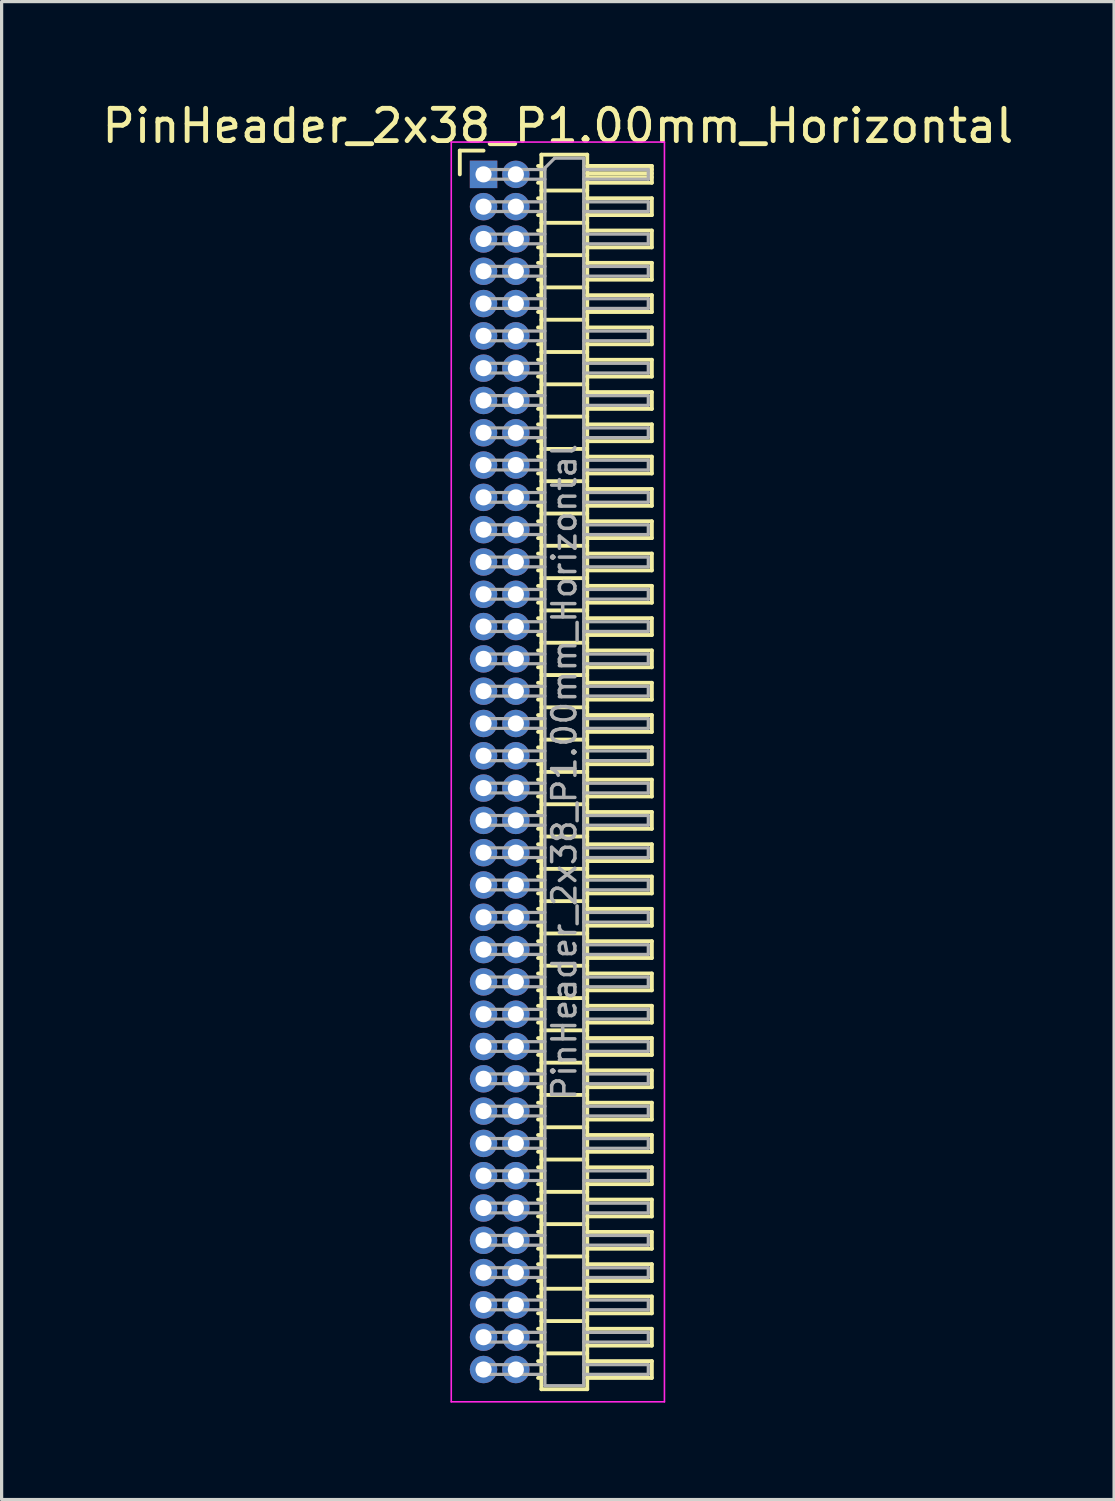
<source format=kicad_pcb>
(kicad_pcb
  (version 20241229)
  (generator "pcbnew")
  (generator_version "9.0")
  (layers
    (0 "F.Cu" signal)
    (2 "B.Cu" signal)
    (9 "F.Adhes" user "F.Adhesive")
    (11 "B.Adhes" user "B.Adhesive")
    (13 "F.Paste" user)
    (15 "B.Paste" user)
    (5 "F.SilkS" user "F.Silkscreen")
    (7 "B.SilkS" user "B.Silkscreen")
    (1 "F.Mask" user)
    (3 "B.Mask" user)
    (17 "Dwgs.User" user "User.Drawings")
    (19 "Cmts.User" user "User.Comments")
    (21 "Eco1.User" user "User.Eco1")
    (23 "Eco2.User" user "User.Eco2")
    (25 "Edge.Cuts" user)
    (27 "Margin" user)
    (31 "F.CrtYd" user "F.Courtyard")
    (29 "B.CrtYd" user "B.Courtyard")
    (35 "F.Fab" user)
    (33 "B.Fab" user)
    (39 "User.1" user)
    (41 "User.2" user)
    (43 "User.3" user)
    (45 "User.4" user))
  (footprint "PinHeader_2x38_P1.00mm_Horizontal"
    (layer "F.Cu")
    (at 11.92 2.348)
    (property "Reference" "PinHeader_2x38_P1.00mm_Horizontal" (at 2.3 -1.5 0) (layer "F.SilkS") (effects (font (size 1 1) (thickness 0.15))))
    (attr through_hole)
    (fp_line (start -0.735 -0.735) (end 0 -0.735) (stroke (width 0.12) (type solid)) (layer "F.SilkS"))
    (fp_line (start -0.735 0) (end -0.735 -0.735) (stroke (width 0.12) (type solid)) (layer "F.SilkS"))
    (fp_line (start 1.687 -0.26) (end 1.79 -0.26) (stroke (width 0.12) (type solid)) (layer "F.SilkS"))
    (fp_line (start 1.687 0.26) (end 1.79 0.26) (stroke (width 0.12) (type solid)) (layer "F.SilkS"))
    (fp_line (start 1.687 0.74) (end 1.79 0.74) (stroke (width 0.12) (type solid)) (layer "F.SilkS"))
    (fp_line (start 1.687 1.26) (end 1.79 1.26) (stroke (width 0.12) (type solid)) (layer "F.SilkS"))
    (fp_line (start 1.687 1.74) (end 1.79 1.74) (stroke (width 0.12) (type solid)) (layer "F.SilkS"))
    (fp_line (start 1.687 2.26) (end 1.79 2.26) (stroke (width 0.12) (type solid)) (layer "F.SilkS"))
    (fp_line (start 1.687 2.74) (end 1.79 2.74) (stroke (width 0.12) (type solid)) (layer "F.SilkS"))
    (fp_line (start 1.687 3.26) (end 1.79 3.26) (stroke (width 0.12) (type solid)) (layer "F.SilkS"))
    (fp_line (start 1.687 3.74) (end 1.79 3.74) (stroke (width 0.12) (type solid)) (layer "F.SilkS"))
    (fp_line (start 1.687 4.26) (end 1.79 4.26) (stroke (width 0.12) (type solid)) (layer "F.SilkS"))
    (fp_line (start 1.687 4.74) (end 1.79 4.74) (stroke (width 0.12) (type solid)) (layer "F.SilkS"))
    (fp_line (start 1.687 5.26) (end 1.79 5.26) (stroke (width 0.12) (type solid)) (layer "F.SilkS"))
    (fp_line (start 1.687 5.74) (end 1.79 5.74) (stroke (width 0.12) (type solid)) (layer "F.SilkS"))
    (fp_line (start 1.687 6.26) (end 1.79 6.26) (stroke (width 0.12) (type solid)) (layer "F.SilkS"))
    (fp_line (start 1.687 6.74) (end 1.79 6.74) (stroke (width 0.12) (type solid)) (layer "F.SilkS"))
    (fp_line (start 1.687 7.26) (end 1.79 7.26) (stroke (width 0.12) (type solid)) (layer "F.SilkS"))
    (fp_line (start 1.687 7.74) (end 1.79 7.74) (stroke (width 0.12) (type solid)) (layer "F.SilkS"))
    (fp_line (start 1.687 8.26) (end 1.79 8.26) (stroke (width 0.12) (type solid)) (layer "F.SilkS"))
    (fp_line (start 1.687 8.74) (end 1.79 8.74) (stroke (width 0.12) (type solid)) (layer "F.SilkS"))
    (fp_line (start 1.687 9.26) (end 1.79 9.26) (stroke (width 0.12) (type solid)) (layer "F.SilkS"))
    (fp_line (start 1.687 9.74) (end 1.79 9.74) (stroke (width 0.12) (type solid)) (layer "F.SilkS"))
    (fp_line (start 1.687 10.26) (end 1.79 10.26) (stroke (width 0.12) (type solid)) (layer "F.SilkS"))
    (fp_line (start 1.687 10.74) (end 1.79 10.74) (stroke (width 0.12) (type solid)) (layer "F.SilkS"))
    (fp_line (start 1.687 11.26) (end 1.79 11.26) (stroke (width 0.12) (type solid)) (layer "F.SilkS"))
    (fp_line (start 1.687 11.74) (end 1.79 11.74) (stroke (width 0.12) (type solid)) (layer "F.SilkS"))
    (fp_line (start 1.687 12.26) (end 1.79 12.26) (stroke (width 0.12) (type solid)) (layer "F.SilkS"))
    (fp_line (start 1.687 12.74) (end 1.79 12.74) (stroke (width 0.12) (type solid)) (layer "F.SilkS"))
    (fp_line (start 1.687 13.26) (end 1.79 13.26) (stroke (width 0.12) (type solid)) (layer "F.SilkS"))
    (fp_line (start 1.687 13.74) (end 1.79 13.74) (stroke (width 0.12) (type solid)) (layer "F.SilkS"))
    (fp_line (start 1.687 14.26) (end 1.79 14.26) (stroke (width 0.12) (type solid)) (layer "F.SilkS"))
    (fp_line (start 1.687 14.74) (end 1.79 14.74) (stroke (width 0.12) (type solid)) (layer "F.SilkS"))
    (fp_line (start 1.687 15.26) (end 1.79 15.26) (stroke (width 0.12) (type solid)) (layer "F.SilkS"))
    (fp_line (start 1.687 15.74) (end 1.79 15.74) (stroke (width 0.12) (type solid)) (layer "F.SilkS"))
    (fp_line (start 1.687 16.26) (end 1.79 16.26) (stroke (width 0.12) (type solid)) (layer "F.SilkS"))
    (fp_line (start 1.687 16.74) (end 1.79 16.74) (stroke (width 0.12) (type solid)) (layer "F.SilkS"))
    (fp_line (start 1.687 17.26) (end 1.79 17.26) (stroke (width 0.12) (type solid)) (layer "F.SilkS"))
    (fp_line (start 1.687 17.74) (end 1.79 17.74) (stroke (width 0.12) (type solid)) (layer "F.SilkS"))
    (fp_line (start 1.687 18.26) (end 1.79 18.26) (stroke (width 0.12) (type solid)) (layer "F.SilkS"))
    (fp_line (start 1.687 18.74) (end 1.79 18.74) (stroke (width 0.12) (type solid)) (layer "F.SilkS"))
    (fp_line (start 1.687 19.26) (end 1.79 19.26) (stroke (width 0.12) (type solid)) (layer "F.SilkS"))
    (fp_line (start 1.687 19.74) (end 1.79 19.74) (stroke (width 0.12) (type solid)) (layer "F.SilkS"))
    (fp_line (start 1.687 20.26) (end 1.79 20.26) (stroke (width 0.12) (type solid)) (layer "F.SilkS"))
    (fp_line (start 1.687 20.74) (end 1.79 20.74) (stroke (width 0.12) (type solid)) (layer "F.SilkS"))
    (fp_line (start 1.687 21.26) (end 1.79 21.26) (stroke (width 0.12) (type solid)) (layer "F.SilkS"))
    (fp_line (start 1.687 21.74) (end 1.79 21.74) (stroke (width 0.12) (type solid)) (layer "F.SilkS"))
    (fp_line (start 1.687 22.26) (end 1.79 22.26) (stroke (width 0.12) (type solid)) (layer "F.SilkS"))
    (fp_line (start 1.687 22.74) (end 1.79 22.74) (stroke (width 0.12) (type solid)) (layer "F.SilkS"))
    (fp_line (start 1.687 23.26) (end 1.79 23.26) (stroke (width 0.12) (type solid)) (layer "F.SilkS"))
    (fp_line (start 1.687 23.74) (end 1.79 23.74) (stroke (width 0.12) (type solid)) (layer "F.SilkS"))
    (fp_line (start 1.687 24.26) (end 1.79 24.26) (stroke (width 0.12) (type solid)) (layer "F.SilkS"))
    (fp_line (start 1.687 24.74) (end 1.79 24.74) (stroke (width 0.12) (type solid)) (layer "F.SilkS"))
    (fp_line (start 1.687 25.26) (end 1.79 25.26) (stroke (width 0.12) (type solid)) (layer "F.SilkS"))
    (fp_line (start 1.687 25.74) (end 1.79 25.74) (stroke (width 0.12) (type solid)) (layer "F.SilkS"))
    (fp_line (start 1.687 26.26) (end 1.79 26.26) (stroke (width 0.12) (type solid)) (layer "F.SilkS"))
    (fp_line (start 1.687 26.74) (end 1.79 26.74) (stroke (width 0.12) (type solid)) (layer "F.SilkS"))
    (fp_line (start 1.687 27.26) (end 1.79 27.26) (stroke (width 0.12) (type solid)) (layer "F.SilkS"))
    (fp_line (start 1.687 27.74) (end 1.79 27.74) (stroke (width 0.12) (type solid)) (layer "F.SilkS"))
    (fp_line (start 1.687 28.26) (end 1.79 28.26) (stroke (width 0.12) (type solid)) (layer "F.SilkS"))
    (fp_line (start 1.687 28.74) (end 1.79 28.74) (stroke (width 0.12) (type solid)) (layer "F.SilkS"))
    (fp_line (start 1.687 29.26) (end 1.79 29.26) (stroke (width 0.12) (type solid)) (layer "F.SilkS"))
    (fp_line (start 1.687 29.74) (end 1.79 29.74) (stroke (width 0.12) (type solid)) (layer "F.SilkS"))
    (fp_line (start 1.687 30.26) (end 1.79 30.26) (stroke (width 0.12) (type solid)) (layer "F.SilkS"))
    (fp_line (start 1.687 30.74) (end 1.79 30.74) (stroke (width 0.12) (type solid)) (layer "F.SilkS"))
    (fp_line (start 1.687 31.26) (end 1.79 31.26) (stroke (width 0.12) (type solid)) (layer "F.SilkS"))
    (fp_line (start 1.687 31.74) (end 1.79 31.74) (stroke (width 0.12) (type solid)) (layer "F.SilkS"))
    (fp_line (start 1.687 32.26) (end 1.79 32.26) (stroke (width 0.12) (type solid)) (layer "F.SilkS"))
    (fp_line (start 1.687 32.74) (end 1.79 32.74) (stroke (width 0.12) (type solid)) (layer "F.SilkS"))
    (fp_line (start 1.687 33.26) (end 1.79 33.26) (stroke (width 0.12) (type solid)) (layer "F.SilkS"))
    (fp_line (start 1.687 33.74) (end 1.79 33.74) (stroke (width 0.12) (type solid)) (layer "F.SilkS"))
    (fp_line (start 1.687 34.26) (end 1.79 34.26) (stroke (width 0.12) (type solid)) (layer "F.SilkS"))
    (fp_line (start 1.687 34.74) (end 1.79 34.74) (stroke (width 0.12) (type solid)) (layer "F.SilkS"))
    (fp_line (start 1.687 35.26) (end 1.79 35.26) (stroke (width 0.12) (type solid)) (layer "F.SilkS"))
    (fp_line (start 1.687 35.74) (end 1.79 35.74) (stroke (width 0.12) (type solid)) (layer "F.SilkS"))
    (fp_line (start 1.687 36.26) (end 1.79 36.26) (stroke (width 0.12) (type solid)) (layer "F.SilkS"))
    (fp_line (start 1.687 36.74) (end 1.79 36.74) (stroke (width 0.12) (type solid)) (layer "F.SilkS"))
    (fp_line (start 1.687 37.26) (end 1.79 37.26) (stroke (width 0.12) (type solid)) (layer "F.SilkS"))
    (fp_line (start 1.79 -0.61) (end 1.79 37.61) (stroke (width 0.12) (type solid)) (layer "F.SilkS"))
    (fp_line (start 1.79 0.5) (end 3.21 0.5) (stroke (width 0.12) (type solid)) (layer "F.SilkS"))
    (fp_line (start 1.79 1.5) (end 3.21 1.5) (stroke (width 0.12) (type solid)) (layer "F.SilkS"))
    (fp_line (start 1.79 2.5) (end 3.21 2.5) (stroke (width 0.12) (type solid)) (layer "F.SilkS"))
    (fp_line (start 1.79 3.5) (end 3.21 3.5) (stroke (width 0.12) (type solid)) (layer "F.SilkS"))
    (fp_line (start 1.79 4.5) (end 3.21 4.5) (stroke (width 0.12) (type solid)) (layer "F.SilkS"))
    (fp_line (start 1.79 5.5) (end 3.21 5.5) (stroke (width 0.12) (type solid)) (layer "F.SilkS"))
    (fp_line (start 1.79 6.5) (end 3.21 6.5) (stroke (width 0.12) (type solid)) (layer "F.SilkS"))
    (fp_line (start 1.79 7.5) (end 3.21 7.5) (stroke (width 0.12) (type solid)) (layer "F.SilkS"))
    (fp_line (start 1.79 8.5) (end 3.21 8.5) (stroke (width 0.12) (type solid)) (layer "F.SilkS"))
    (fp_line (start 1.79 9.5) (end 3.21 9.5) (stroke (width 0.12) (type solid)) (layer "F.SilkS"))
    (fp_line (start 1.79 10.5) (end 3.21 10.5) (stroke (width 0.12) (type solid)) (layer "F.SilkS"))
    (fp_line (start 1.79 11.5) (end 3.21 11.5) (stroke (width 0.12) (type solid)) (layer "F.SilkS"))
    (fp_line (start 1.79 12.5) (end 3.21 12.5) (stroke (width 0.12) (type solid)) (layer "F.SilkS"))
    (fp_line (start 1.79 13.5) (end 3.21 13.5) (stroke (width 0.12) (type solid)) (layer "F.SilkS"))
    (fp_line (start 1.79 14.5) (end 3.21 14.5) (stroke (width 0.12) (type solid)) (layer "F.SilkS"))
    (fp_line (start 1.79 15.5) (end 3.21 15.5) (stroke (width 0.12) (type solid)) (layer "F.SilkS"))
    (fp_line (start 1.79 16.5) (end 3.21 16.5) (stroke (width 0.12) (type solid)) (layer "F.SilkS"))
    (fp_line (start 1.79 17.5) (end 3.21 17.5) (stroke (width 0.12) (type solid)) (layer "F.SilkS"))
    (fp_line (start 1.79 18.5) (end 3.21 18.5) (stroke (width 0.12) (type solid)) (layer "F.SilkS"))
    (fp_line (start 1.79 19.5) (end 3.21 19.5) (stroke (width 0.12) (type solid)) (layer "F.SilkS"))
    (fp_line (start 1.79 20.5) (end 3.21 20.5) (stroke (width 0.12) (type solid)) (layer "F.SilkS"))
    (fp_line (start 1.79 21.5) (end 3.21 21.5) (stroke (width 0.12) (type solid)) (layer "F.SilkS"))
    (fp_line (start 1.79 22.5) (end 3.21 22.5) (stroke (width 0.12) (type solid)) (layer "F.SilkS"))
    (fp_line (start 1.79 23.5) (end 3.21 23.5) (stroke (width 0.12) (type solid)) (layer "F.SilkS"))
    (fp_line (start 1.79 24.5) (end 3.21 24.5) (stroke (width 0.12) (type solid)) (layer "F.SilkS"))
    (fp_line (start 1.79 25.5) (end 3.21 25.5) (stroke (width 0.12) (type solid)) (layer "F.SilkS"))
    (fp_line (start 1.79 26.5) (end 3.21 26.5) (stroke (width 0.12) (type solid)) (layer "F.SilkS"))
    (fp_line (start 1.79 27.5) (end 3.21 27.5) (stroke (width 0.12) (type solid)) (layer "F.SilkS"))
    (fp_line (start 1.79 28.5) (end 3.21 28.5) (stroke (width 0.12) (type solid)) (layer "F.SilkS"))
    (fp_line (start 1.79 29.5) (end 3.21 29.5) (stroke (width 0.12) (type solid)) (layer "F.SilkS"))
    (fp_line (start 1.79 30.5) (end 3.21 30.5) (stroke (width 0.12) (type solid)) (layer "F.SilkS"))
    (fp_line (start 1.79 31.5) (end 3.21 31.5) (stroke (width 0.12) (type solid)) (layer "F.SilkS"))
    (fp_line (start 1.79 32.5) (end 3.21 32.5) (stroke (width 0.12) (type solid)) (layer "F.SilkS"))
    (fp_line (start 1.79 33.5) (end 3.21 33.5) (stroke (width 0.12) (type solid)) (layer "F.SilkS"))
    (fp_line (start 1.79 34.5) (end 3.21 34.5) (stroke (width 0.12) (type solid)) (layer "F.SilkS"))
    (fp_line (start 1.79 35.5) (end 3.21 35.5) (stroke (width 0.12) (type solid)) (layer "F.SilkS"))
    (fp_line (start 1.79 36.5) (end 3.21 36.5) (stroke (width 0.12) (type solid)) (layer "F.SilkS"))
    (fp_line (start 1.79 37.61) (end 3.21 37.61) (stroke (width 0.12) (type solid)) (layer "F.SilkS"))
    (fp_line (start 3.21 -0.61) (end 1.79 -0.61) (stroke (width 0.12) (type solid)) (layer "F.SilkS"))
    (fp_line (start 3.21 -0.26) (end 5.21 -0.26) (stroke (width 0.12) (type solid)) (layer "F.SilkS"))
    (fp_line (start 3.21 -0.15) (end 5.21 -0.15) (stroke (width 0.12) (type solid)) (layer "F.SilkS"))
    (fp_line (start 3.21 -0.03) (end 5.21 -0.03) (stroke (width 0.12) (type solid)) (layer "F.SilkS"))
    (fp_line (start 3.21 0.09) (end 5.21 0.09) (stroke (width 0.12) (type solid)) (layer "F.SilkS"))
    (fp_line (start 3.21 0.74) (end 5.21 0.74) (stroke (width 0.12) (type solid)) (layer "F.SilkS"))
    (fp_line (start 3.21 1.74) (end 5.21 1.74) (stroke (width 0.12) (type solid)) (layer "F.SilkS"))
    (fp_line (start 3.21 2.74) (end 5.21 2.74) (stroke (width 0.12) (type solid)) (layer "F.SilkS"))
    (fp_line (start 3.21 3.74) (end 5.21 3.74) (stroke (width 0.12) (type solid)) (layer "F.SilkS"))
    (fp_line (start 3.21 4.74) (end 5.21 4.74) (stroke (width 0.12) (type solid)) (layer "F.SilkS"))
    (fp_line (start 3.21 5.74) (end 5.21 5.74) (stroke (width 0.12) (type solid)) (layer "F.SilkS"))
    (fp_line (start 3.21 6.74) (end 5.21 6.74) (stroke (width 0.12) (type solid)) (layer "F.SilkS"))
    (fp_line (start 3.21 7.74) (end 5.21 7.74) (stroke (width 0.12) (type solid)) (layer "F.SilkS"))
    (fp_line (start 3.21 8.74) (end 5.21 8.74) (stroke (width 0.12) (type solid)) (layer "F.SilkS"))
    (fp_line (start 3.21 9.74) (end 5.21 9.74) (stroke (width 0.12) (type solid)) (layer "F.SilkS"))
    (fp_line (start 3.21 10.74) (end 5.21 10.74) (stroke (width 0.12) (type solid)) (layer "F.SilkS"))
    (fp_line (start 3.21 11.74) (end 5.21 11.74) (stroke (width 0.12) (type solid)) (layer "F.SilkS"))
    (fp_line (start 3.21 12.74) (end 5.21 12.74) (stroke (width 0.12) (type solid)) (layer "F.SilkS"))
    (fp_line (start 3.21 13.74) (end 5.21 13.74) (stroke (width 0.12) (type solid)) (layer "F.SilkS"))
    (fp_line (start 3.21 14.74) (end 5.21 14.74) (stroke (width 0.12) (type solid)) (layer "F.SilkS"))
    (fp_line (start 3.21 15.74) (end 5.21 15.74) (stroke (width 0.12) (type solid)) (layer "F.SilkS"))
    (fp_line (start 3.21 16.74) (end 5.21 16.74) (stroke (width 0.12) (type solid)) (layer "F.SilkS"))
    (fp_line (start 3.21 17.74) (end 5.21 17.74) (stroke (width 0.12) (type solid)) (layer "F.SilkS"))
    (fp_line (start 3.21 18.74) (end 5.21 18.74) (stroke (width 0.12) (type solid)) (layer "F.SilkS"))
    (fp_line (start 3.21 19.74) (end 5.21 19.74) (stroke (width 0.12) (type solid)) (layer "F.SilkS"))
    (fp_line (start 3.21 20.74) (end 5.21 20.74) (stroke (width 0.12) (type solid)) (layer "F.SilkS"))
    (fp_line (start 3.21 21.74) (end 5.21 21.74) (stroke (width 0.12) (type solid)) (layer "F.SilkS"))
    (fp_line (start 3.21 22.74) (end 5.21 22.74) (stroke (width 0.12) (type solid)) (layer "F.SilkS"))
    (fp_line (start 3.21 23.74) (end 5.21 23.74) (stroke (width 0.12) (type solid)) (layer "F.SilkS"))
    (fp_line (start 3.21 24.74) (end 5.21 24.74) (stroke (width 0.12) (type solid)) (layer "F.SilkS"))
    (fp_line (start 3.21 25.74) (end 5.21 25.74) (stroke (width 0.12) (type solid)) (layer "F.SilkS"))
    (fp_line (start 3.21 26.74) (end 5.21 26.74) (stroke (width 0.12) (type solid)) (layer "F.SilkS"))
    (fp_line (start 3.21 27.74) (end 5.21 27.74) (stroke (width 0.12) (type solid)) (layer "F.SilkS"))
    (fp_line (start 3.21 28.74) (end 5.21 28.74) (stroke (width 0.12) (type solid)) (layer "F.SilkS"))
    (fp_line (start 3.21 29.74) (end 5.21 29.74) (stroke (width 0.12) (type solid)) (layer "F.SilkS"))
    (fp_line (start 3.21 30.74) (end 5.21 30.74) (stroke (width 0.12) (type solid)) (layer "F.SilkS"))
    (fp_line (start 3.21 31.74) (end 5.21 31.74) (stroke (width 0.12) (type solid)) (layer "F.SilkS"))
    (fp_line (start 3.21 32.74) (end 5.21 32.74) (stroke (width 0.12) (type solid)) (layer "F.SilkS"))
    (fp_line (start 3.21 33.74) (end 5.21 33.74) (stroke (width 0.12) (type solid)) (layer "F.SilkS"))
    (fp_line (start 3.21 34.74) (end 5.21 34.74) (stroke (width 0.12) (type solid)) (layer "F.SilkS"))
    (fp_line (start 3.21 35.74) (end 5.21 35.74) (stroke (width 0.12) (type solid)) (layer "F.SilkS"))
    (fp_line (start 3.21 36.74) (end 5.21 36.74) (stroke (width 0.12) (type solid)) (layer "F.SilkS"))
    (fp_line (start 3.21 37.61) (end 3.21 -0.61) (stroke (width 0.12) (type solid)) (layer "F.SilkS"))
    (fp_line (start 5.21 -0.26) (end 5.21 0.26) (stroke (width 0.12) (type solid)) (layer "F.SilkS"))
    (fp_line (start 5.21 0.26) (end 3.21 0.26) (stroke (width 0.12) (type solid)) (layer "F.SilkS"))
    (fp_line (start 5.21 0.74) (end 5.21 1.26) (stroke (width 0.12) (type solid)) (layer "F.SilkS"))
    (fp_line (start 5.21 1.26) (end 3.21 1.26) (stroke (width 0.12) (type solid)) (layer "F.SilkS"))
    (fp_line (start 5.21 1.74) (end 5.21 2.26) (stroke (width 0.12) (type solid)) (layer "F.SilkS"))
    (fp_line (start 5.21 2.26) (end 3.21 2.26) (stroke (width 0.12) (type solid)) (layer "F.SilkS"))
    (fp_line (start 5.21 2.74) (end 5.21 3.26) (stroke (width 0.12) (type solid)) (layer "F.SilkS"))
    (fp_line (start 5.21 3.26) (end 3.21 3.26) (stroke (width 0.12) (type solid)) (layer "F.SilkS"))
    (fp_line (start 5.21 3.74) (end 5.21 4.26) (stroke (width 0.12) (type solid)) (layer "F.SilkS"))
    (fp_line (start 5.21 4.26) (end 3.21 4.26) (stroke (width 0.12) (type solid)) (layer "F.SilkS"))
    (fp_line (start 5.21 4.74) (end 5.21 5.26) (stroke (width 0.12) (type solid)) (layer "F.SilkS"))
    (fp_line (start 5.21 5.26) (end 3.21 5.26) (stroke (width 0.12) (type solid)) (layer "F.SilkS"))
    (fp_line (start 5.21 5.74) (end 5.21 6.26) (stroke (width 0.12) (type solid)) (layer "F.SilkS"))
    (fp_line (start 5.21 6.26) (end 3.21 6.26) (stroke (width 0.12) (type solid)) (layer "F.SilkS"))
    (fp_line (start 5.21 6.74) (end 5.21 7.26) (stroke (width 0.12) (type solid)) (layer "F.SilkS"))
    (fp_line (start 5.21 7.26) (end 3.21 7.26) (stroke (width 0.12) (type solid)) (layer "F.SilkS"))
    (fp_line (start 5.21 7.74) (end 5.21 8.26) (stroke (width 0.12) (type solid)) (layer "F.SilkS"))
    (fp_line (start 5.21 8.26) (end 3.21 8.26) (stroke (width 0.12) (type solid)) (layer "F.SilkS"))
    (fp_line (start 5.21 8.74) (end 5.21 9.26) (stroke (width 0.12) (type solid)) (layer "F.SilkS"))
    (fp_line (start 5.21 9.26) (end 3.21 9.26) (stroke (width 0.12) (type solid)) (layer "F.SilkS"))
    (fp_line (start 5.21 9.74) (end 5.21 10.26) (stroke (width 0.12) (type solid)) (layer "F.SilkS"))
    (fp_line (start 5.21 10.26) (end 3.21 10.26) (stroke (width 0.12) (type solid)) (layer "F.SilkS"))
    (fp_line (start 5.21 10.74) (end 5.21 11.26) (stroke (width 0.12) (type solid)) (layer "F.SilkS"))
    (fp_line (start 5.21 11.26) (end 3.21 11.26) (stroke (width 0.12) (type solid)) (layer "F.SilkS"))
    (fp_line (start 5.21 11.74) (end 5.21 12.26) (stroke (width 0.12) (type solid)) (layer "F.SilkS"))
    (fp_line (start 5.21 12.26) (end 3.21 12.26) (stroke (width 0.12) (type solid)) (layer "F.SilkS"))
    (fp_line (start 5.21 12.74) (end 5.21 13.26) (stroke (width 0.12) (type solid)) (layer "F.SilkS"))
    (fp_line (start 5.21 13.26) (end 3.21 13.26) (stroke (width 0.12) (type solid)) (layer "F.SilkS"))
    (fp_line (start 5.21 13.74) (end 5.21 14.26) (stroke (width 0.12) (type solid)) (layer "F.SilkS"))
    (fp_line (start 5.21 14.26) (end 3.21 14.26) (stroke (width 0.12) (type solid)) (layer "F.SilkS"))
    (fp_line (start 5.21 14.74) (end 5.21 15.26) (stroke (width 0.12) (type solid)) (layer "F.SilkS"))
    (fp_line (start 5.21 15.26) (end 3.21 15.26) (stroke (width 0.12) (type solid)) (layer "F.SilkS"))
    (fp_line (start 5.21 15.74) (end 5.21 16.26) (stroke (width 0.12) (type solid)) (layer "F.SilkS"))
    (fp_line (start 5.21 16.26) (end 3.21 16.26) (stroke (width 0.12) (type solid)) (layer "F.SilkS"))
    (fp_line (start 5.21 16.74) (end 5.21 17.26) (stroke (width 0.12) (type solid)) (layer "F.SilkS"))
    (fp_line (start 5.21 17.26) (end 3.21 17.26) (stroke (width 0.12) (type solid)) (layer "F.SilkS"))
    (fp_line (start 5.21 17.74) (end 5.21 18.26) (stroke (width 0.12) (type solid)) (layer "F.SilkS"))
    (fp_line (start 5.21 18.26) (end 3.21 18.26) (stroke (width 0.12) (type solid)) (layer "F.SilkS"))
    (fp_line (start 5.21 18.74) (end 5.21 19.26) (stroke (width 0.12) (type solid)) (layer "F.SilkS"))
    (fp_line (start 5.21 19.26) (end 3.21 19.26) (stroke (width 0.12) (type solid)) (layer "F.SilkS"))
    (fp_line (start 5.21 19.74) (end 5.21 20.26) (stroke (width 0.12) (type solid)) (layer "F.SilkS"))
    (fp_line (start 5.21 20.26) (end 3.21 20.26) (stroke (width 0.12) (type solid)) (layer "F.SilkS"))
    (fp_line (start 5.21 20.74) (end 5.21 21.26) (stroke (width 0.12) (type solid)) (layer "F.SilkS"))
    (fp_line (start 5.21 21.26) (end 3.21 21.26) (stroke (width 0.12) (type solid)) (layer "F.SilkS"))
    (fp_line (start 5.21 21.74) (end 5.21 22.26) (stroke (width 0.12) (type solid)) (layer "F.SilkS"))
    (fp_line (start 5.21 22.26) (end 3.21 22.26) (stroke (width 0.12) (type solid)) (layer "F.SilkS"))
    (fp_line (start 5.21 22.74) (end 5.21 23.26) (stroke (width 0.12) (type solid)) (layer "F.SilkS"))
    (fp_line (start 5.21 23.26) (end 3.21 23.26) (stroke (width 0.12) (type solid)) (layer "F.SilkS"))
    (fp_line (start 5.21 23.74) (end 5.21 24.26) (stroke (width 0.12) (type solid)) (layer "F.SilkS"))
    (fp_line (start 5.21 24.26) (end 3.21 24.26) (stroke (width 0.12) (type solid)) (layer "F.SilkS"))
    (fp_line (start 5.21 24.74) (end 5.21 25.26) (stroke (width 0.12) (type solid)) (layer "F.SilkS"))
    (fp_line (start 5.21 25.26) (end 3.21 25.26) (stroke (width 0.12) (type solid)) (layer "F.SilkS"))
    (fp_line (start 5.21 25.74) (end 5.21 26.26) (stroke (width 0.12) (type solid)) (layer "F.SilkS"))
    (fp_line (start 5.21 26.26) (end 3.21 26.26) (stroke (width 0.12) (type solid)) (layer "F.SilkS"))
    (fp_line (start 5.21 26.74) (end 5.21 27.26) (stroke (width 0.12) (type solid)) (layer "F.SilkS"))
    (fp_line (start 5.21 27.26) (end 3.21 27.26) (stroke (width 0.12) (type solid)) (layer "F.SilkS"))
    (fp_line (start 5.21 27.74) (end 5.21 28.26) (stroke (width 0.12) (type solid)) (layer "F.SilkS"))
    (fp_line (start 5.21 28.26) (end 3.21 28.26) (stroke (width 0.12) (type solid)) (layer "F.SilkS"))
    (fp_line (start 5.21 28.74) (end 5.21 29.26) (stroke (width 0.12) (type solid)) (layer "F.SilkS"))
    (fp_line (start 5.21 29.26) (end 3.21 29.26) (stroke (width 0.12) (type solid)) (layer "F.SilkS"))
    (fp_line (start 5.21 29.74) (end 5.21 30.26) (stroke (width 0.12) (type solid)) (layer "F.SilkS"))
    (fp_line (start 5.21 30.26) (end 3.21 30.26) (stroke (width 0.12) (type solid)) (layer "F.SilkS"))
    (fp_line (start 5.21 30.74) (end 5.21 31.26) (stroke (width 0.12) (type solid)) (layer "F.SilkS"))
    (fp_line (start 5.21 31.26) (end 3.21 31.26) (stroke (width 0.12) (type solid)) (layer "F.SilkS"))
    (fp_line (start 5.21 31.74) (end 5.21 32.26) (stroke (width 0.12) (type solid)) (layer "F.SilkS"))
    (fp_line (start 5.21 32.26) (end 3.21 32.26) (stroke (width 0.12) (type solid)) (layer "F.SilkS"))
    (fp_line (start 5.21 32.74) (end 5.21 33.26) (stroke (width 0.12) (type solid)) (layer "F.SilkS"))
    (fp_line (start 5.21 33.26) (end 3.21 33.26) (stroke (width 0.12) (type solid)) (layer "F.SilkS"))
    (fp_line (start 5.21 33.74) (end 5.21 34.26) (stroke (width 0.12) (type solid)) (layer "F.SilkS"))
    (fp_line (start 5.21 34.26) (end 3.21 34.26) (stroke (width 0.12) (type solid)) (layer "F.SilkS"))
    (fp_line (start 5.21 34.74) (end 5.21 35.26) (stroke (width 0.12) (type solid)) (layer "F.SilkS"))
    (fp_line (start 5.21 35.26) (end 3.21 35.26) (stroke (width 0.12) (type solid)) (layer "F.SilkS"))
    (fp_line (start 5.21 35.74) (end 5.21 36.26) (stroke (width 0.12) (type solid)) (layer "F.SilkS"))
    (fp_line (start 5.21 36.26) (end 3.21 36.26) (stroke (width 0.12) (type solid)) (layer "F.SilkS"))
    (fp_line (start 5.21 36.74) (end 5.21 37.26) (stroke (width 0.12) (type solid)) (layer "F.SilkS"))
    (fp_line (start 5.21 37.26) (end 3.21 37.26) (stroke (width 0.12) (type solid)) (layer "F.SilkS"))
    (fp_line (start -1 -1) (end -1 38) (stroke (width 0.05) (type solid)) (layer "F.CrtYd"))
    (fp_line (start -1 38) (end 5.6 38) (stroke (width 0.05) (type solid)) (layer "F.CrtYd"))
    (fp_line (start 5.6 -1) (end -1 -1) (stroke (width 0.05) (type solid)) (layer "F.CrtYd"))
    (fp_line (start 5.6 38) (end 5.6 -1) (stroke (width 0.05) (type solid)) (layer "F.CrtYd"))
    (fp_line (start -0.15 -0.15) (end -0.15 0.15) (stroke (width 0.1) (type solid)) (layer "F.Fab"))
    (fp_line (start -0.15 -0.15) (end 1.9 -0.15) (stroke (width 0.1) (type solid)) (layer "F.Fab"))
    (fp_line (start -0.15 0.15) (end 1.9 0.15) (stroke (width 0.1) (type solid)) (layer "F.Fab"))
    (fp_line (start -0.15 0.85) (end -0.15 1.15) (stroke (width 0.1) (type solid)) (layer "F.Fab"))
    (fp_line (start -0.15 0.85) (end 1.9 0.85) (stroke (width 0.1) (type solid)) (layer "F.Fab"))
    (fp_line (start -0.15 1.15) (end 1.9 1.15) (stroke (width 0.1) (type solid)) (layer "F.Fab"))
    (fp_line (start -0.15 1.85) (end -0.15 2.15) (stroke (width 0.1) (type solid)) (layer "F.Fab"))
    (fp_line (start -0.15 1.85) (end 1.9 1.85) (stroke (width 0.1) (type solid)) (layer "F.Fab"))
    (fp_line (start -0.15 2.15) (end 1.9 2.15) (stroke (width 0.1) (type solid)) (layer "F.Fab"))
    (fp_line (start -0.15 2.85) (end -0.15 3.15) (stroke (width 0.1) (type solid)) (layer "F.Fab"))
    (fp_line (start -0.15 2.85) (end 1.9 2.85) (stroke (width 0.1) (type solid)) (layer "F.Fab"))
    (fp_line (start -0.15 3.15) (end 1.9 3.15) (stroke (width 0.1) (type solid)) (layer "F.Fab"))
    (fp_line (start -0.15 3.85) (end -0.15 4.15) (stroke (width 0.1) (type solid)) (layer "F.Fab"))
    (fp_line (start -0.15 3.85) (end 1.9 3.85) (stroke (width 0.1) (type solid)) (layer "F.Fab"))
    (fp_line (start -0.15 4.15) (end 1.9 4.15) (stroke (width 0.1) (type solid)) (layer "F.Fab"))
    (fp_line (start -0.15 4.85) (end -0.15 5.15) (stroke (width 0.1) (type solid)) (layer "F.Fab"))
    (fp_line (start -0.15 4.85) (end 1.9 4.85) (stroke (width 0.1) (type solid)) (layer "F.Fab"))
    (fp_line (start -0.15 5.15) (end 1.9 5.15) (stroke (width 0.1) (type solid)) (layer "F.Fab"))
    (fp_line (start -0.15 5.85) (end -0.15 6.15) (stroke (width 0.1) (type solid)) (layer "F.Fab"))
    (fp_line (start -0.15 5.85) (end 1.9 5.85) (stroke (width 0.1) (type solid)) (layer "F.Fab"))
    (fp_line (start -0.15 6.15) (end 1.9 6.15) (stroke (width 0.1) (type solid)) (layer "F.Fab"))
    (fp_line (start -0.15 6.85) (end -0.15 7.15) (stroke (width 0.1) (type solid)) (layer "F.Fab"))
    (fp_line (start -0.15 6.85) (end 1.9 6.85) (stroke (width 0.1) (type solid)) (layer "F.Fab"))
    (fp_line (start -0.15 7.15) (end 1.9 7.15) (stroke (width 0.1) (type solid)) (layer "F.Fab"))
    (fp_line (start -0.15 7.85) (end -0.15 8.15) (stroke (width 0.1) (type solid)) (layer "F.Fab"))
    (fp_line (start -0.15 7.85) (end 1.9 7.85) (stroke (width 0.1) (type solid)) (layer "F.Fab"))
    (fp_line (start -0.15 8.15) (end 1.9 8.15) (stroke (width 0.1) (type solid)) (layer "F.Fab"))
    (fp_line (start -0.15 8.85) (end -0.15 9.15) (stroke (width 0.1) (type solid)) (layer "F.Fab"))
    (fp_line (start -0.15 8.85) (end 1.9 8.85) (stroke (width 0.1) (type solid)) (layer "F.Fab"))
    (fp_line (start -0.15 9.15) (end 1.9 9.15) (stroke (width 0.1) (type solid)) (layer "F.Fab"))
    (fp_line (start -0.15 9.85) (end -0.15 10.15) (stroke (width 0.1) (type solid)) (layer "F.Fab"))
    (fp_line (start -0.15 9.85) (end 1.9 9.85) (stroke (width 0.1) (type solid)) (layer "F.Fab"))
    (fp_line (start -0.15 10.15) (end 1.9 10.15) (stroke (width 0.1) (type solid)) (layer "F.Fab"))
    (fp_line (start -0.15 10.85) (end -0.15 11.15) (stroke (width 0.1) (type solid)) (layer "F.Fab"))
    (fp_line (start -0.15 10.85) (end 1.9 10.85) (stroke (width 0.1) (type solid)) (layer "F.Fab"))
    (fp_line (start -0.15 11.15) (end 1.9 11.15) (stroke (width 0.1) (type solid)) (layer "F.Fab"))
    (fp_line (start -0.15 11.85) (end -0.15 12.15) (stroke (width 0.1) (type solid)) (layer "F.Fab"))
    (fp_line (start -0.15 11.85) (end 1.9 11.85) (stroke (width 0.1) (type solid)) (layer "F.Fab"))
    (fp_line (start -0.15 12.15) (end 1.9 12.15) (stroke (width 0.1) (type solid)) (layer "F.Fab"))
    (fp_line (start -0.15 12.85) (end -0.15 13.15) (stroke (width 0.1) (type solid)) (layer "F.Fab"))
    (fp_line (start -0.15 12.85) (end 1.9 12.85) (stroke (width 0.1) (type solid)) (layer "F.Fab"))
    (fp_line (start -0.15 13.15) (end 1.9 13.15) (stroke (width 0.1) (type solid)) (layer "F.Fab"))
    (fp_line (start -0.15 13.85) (end -0.15 14.15) (stroke (width 0.1) (type solid)) (layer "F.Fab"))
    (fp_line (start -0.15 13.85) (end 1.9 13.85) (stroke (width 0.1) (type solid)) (layer "F.Fab"))
    (fp_line (start -0.15 14.15) (end 1.9 14.15) (stroke (width 0.1) (type solid)) (layer "F.Fab"))
    (fp_line (start -0.15 14.85) (end -0.15 15.15) (stroke (width 0.1) (type solid)) (layer "F.Fab"))
    (fp_line (start -0.15 14.85) (end 1.9 14.85) (stroke (width 0.1) (type solid)) (layer "F.Fab"))
    (fp_line (start -0.15 15.15) (end 1.9 15.15) (stroke (width 0.1) (type solid)) (layer "F.Fab"))
    (fp_line (start -0.15 15.85) (end -0.15 16.15) (stroke (width 0.1) (type solid)) (layer "F.Fab"))
    (fp_line (start -0.15 15.85) (end 1.9 15.85) (stroke (width 0.1) (type solid)) (layer "F.Fab"))
    (fp_line (start -0.15 16.15) (end 1.9 16.15) (stroke (width 0.1) (type solid)) (layer "F.Fab"))
    (fp_line (start -0.15 16.85) (end -0.15 17.15) (stroke (width 0.1) (type solid)) (layer "F.Fab"))
    (fp_line (start -0.15 16.85) (end 1.9 16.85) (stroke (width 0.1) (type solid)) (layer "F.Fab"))
    (fp_line (start -0.15 17.15) (end 1.9 17.15) (stroke (width 0.1) (type solid)) (layer "F.Fab"))
    (fp_line (start -0.15 17.85) (end -0.15 18.15) (stroke (width 0.1) (type solid)) (layer "F.Fab"))
    (fp_line (start -0.15 17.85) (end 1.9 17.85) (stroke (width 0.1) (type solid)) (layer "F.Fab"))
    (fp_line (start -0.15 18.15) (end 1.9 18.15) (stroke (width 0.1) (type solid)) (layer "F.Fab"))
    (fp_line (start -0.15 18.85) (end -0.15 19.15) (stroke (width 0.1) (type solid)) (layer "F.Fab"))
    (fp_line (start -0.15 18.85) (end 1.9 18.85) (stroke (width 0.1) (type solid)) (layer "F.Fab"))
    (fp_line (start -0.15 19.15) (end 1.9 19.15) (stroke (width 0.1) (type solid)) (layer "F.Fab"))
    (fp_line (start -0.15 19.85) (end -0.15 20.15) (stroke (width 0.1) (type solid)) (layer "F.Fab"))
    (fp_line (start -0.15 19.85) (end 1.9 19.85) (stroke (width 0.1) (type solid)) (layer "F.Fab"))
    (fp_line (start -0.15 20.15) (end 1.9 20.15) (stroke (width 0.1) (type solid)) (layer "F.Fab"))
    (fp_line (start -0.15 20.85) (end -0.15 21.15) (stroke (width 0.1) (type solid)) (layer "F.Fab"))
    (fp_line (start -0.15 20.85) (end 1.9 20.85) (stroke (width 0.1) (type solid)) (layer "F.Fab"))
    (fp_line (start -0.15 21.15) (end 1.9 21.15) (stroke (width 0.1) (type solid)) (layer "F.Fab"))
    (fp_line (start -0.15 21.85) (end -0.15 22.15) (stroke (width 0.1) (type solid)) (layer "F.Fab"))
    (fp_line (start -0.15 21.85) (end 1.9 21.85) (stroke (width 0.1) (type solid)) (layer "F.Fab"))
    (fp_line (start -0.15 22.15) (end 1.9 22.15) (stroke (width 0.1) (type solid)) (layer "F.Fab"))
    (fp_line (start -0.15 22.85) (end -0.15 23.15) (stroke (width 0.1) (type solid)) (layer "F.Fab"))
    (fp_line (start -0.15 22.85) (end 1.9 22.85) (stroke (width 0.1) (type solid)) (layer "F.Fab"))
    (fp_line (start -0.15 23.15) (end 1.9 23.15) (stroke (width 0.1) (type solid)) (layer "F.Fab"))
    (fp_line (start -0.15 23.85) (end -0.15 24.15) (stroke (width 0.1) (type solid)) (layer "F.Fab"))
    (fp_line (start -0.15 23.85) (end 1.9 23.85) (stroke (width 0.1) (type solid)) (layer "F.Fab"))
    (fp_line (start -0.15 24.15) (end 1.9 24.15) (stroke (width 0.1) (type solid)) (layer "F.Fab"))
    (fp_line (start -0.15 24.85) (end -0.15 25.15) (stroke (width 0.1) (type solid)) (layer "F.Fab"))
    (fp_line (start -0.15 24.85) (end 1.9 24.85) (stroke (width 0.1) (type solid)) (layer "F.Fab"))
    (fp_line (start -0.15 25.15) (end 1.9 25.15) (stroke (width 0.1) (type solid)) (layer "F.Fab"))
    (fp_line (start -0.15 25.85) (end -0.15 26.15) (stroke (width 0.1) (type solid)) (layer "F.Fab"))
    (fp_line (start -0.15 25.85) (end 1.9 25.85) (stroke (width 0.1) (type solid)) (layer "F.Fab"))
    (fp_line (start -0.15 26.15) (end 1.9 26.15) (stroke (width 0.1) (type solid)) (layer "F.Fab"))
    (fp_line (start -0.15 26.85) (end -0.15 27.15) (stroke (width 0.1) (type solid)) (layer "F.Fab"))
    (fp_line (start -0.15 26.85) (end 1.9 26.85) (stroke (width 0.1) (type solid)) (layer "F.Fab"))
    (fp_line (start -0.15 27.15) (end 1.9 27.15) (stroke (width 0.1) (type solid)) (layer "F.Fab"))
    (fp_line (start -0.15 27.85) (end -0.15 28.15) (stroke (width 0.1) (type solid)) (layer "F.Fab"))
    (fp_line (start -0.15 27.85) (end 1.9 27.85) (stroke (width 0.1) (type solid)) (layer "F.Fab"))
    (fp_line (start -0.15 28.15) (end 1.9 28.15) (stroke (width 0.1) (type solid)) (layer "F.Fab"))
    (fp_line (start -0.15 28.85) (end -0.15 29.15) (stroke (width 0.1) (type solid)) (layer "F.Fab"))
    (fp_line (start -0.15 28.85) (end 1.9 28.85) (stroke (width 0.1) (type solid)) (layer "F.Fab"))
    (fp_line (start -0.15 29.15) (end 1.9 29.15) (stroke (width 0.1) (type solid)) (layer "F.Fab"))
    (fp_line (start -0.15 29.85) (end -0.15 30.15) (stroke (width 0.1) (type solid)) (layer "F.Fab"))
    (fp_line (start -0.15 29.85) (end 1.9 29.85) (stroke (width 0.1) (type solid)) (layer "F.Fab"))
    (fp_line (start -0.15 30.15) (end 1.9 30.15) (stroke (width 0.1) (type solid)) (layer "F.Fab"))
    (fp_line (start -0.15 30.85) (end -0.15 31.15) (stroke (width 0.1) (type solid)) (layer "F.Fab"))
    (fp_line (start -0.15 30.85) (end 1.9 30.85) (stroke (width 0.1) (type solid)) (layer "F.Fab"))
    (fp_line (start -0.15 31.15) (end 1.9 31.15) (stroke (width 0.1) (type solid)) (layer "F.Fab"))
    (fp_line (start -0.15 31.85) (end -0.15 32.15) (stroke (width 0.1) (type solid)) (layer "F.Fab"))
    (fp_line (start -0.15 31.85) (end 1.9 31.85) (stroke (width 0.1) (type solid)) (layer "F.Fab"))
    (fp_line (start -0.15 32.15) (end 1.9 32.15) (stroke (width 0.1) (type solid)) (layer "F.Fab"))
    (fp_line (start -0.15 32.85) (end -0.15 33.15) (stroke (width 0.1) (type solid)) (layer "F.Fab"))
    (fp_line (start -0.15 32.85) (end 1.9 32.85) (stroke (width 0.1) (type solid)) (layer "F.Fab"))
    (fp_line (start -0.15 33.15) (end 1.9 33.15) (stroke (width 0.1) (type solid)) (layer "F.Fab"))
    (fp_line (start -0.15 33.85) (end -0.15 34.15) (stroke (width 0.1) (type solid)) (layer "F.Fab"))
    (fp_line (start -0.15 33.85) (end 1.9 33.85) (stroke (width 0.1) (type solid)) (layer "F.Fab"))
    (fp_line (start -0.15 34.15) (end 1.9 34.15) (stroke (width 0.1) (type solid)) (layer "F.Fab"))
    (fp_line (start -0.15 34.85) (end -0.15 35.15) (stroke (width 0.1) (type solid)) (layer "F.Fab"))
    (fp_line (start -0.15 34.85) (end 1.9 34.85) (stroke (width 0.1) (type solid)) (layer "F.Fab"))
    (fp_line (start -0.15 35.15) (end 1.9 35.15) (stroke (width 0.1) (type solid)) (layer "F.Fab"))
    (fp_line (start -0.15 35.85) (end -0.15 36.15) (stroke (width 0.1) (type solid)) (layer "F.Fab"))
    (fp_line (start -0.15 35.85) (end 1.9 35.85) (stroke (width 0.1) (type solid)) (layer "F.Fab"))
    (fp_line (start -0.15 36.15) (end 1.9 36.15) (stroke (width 0.1) (type solid)) (layer "F.Fab"))
    (fp_line (start -0.15 36.85) (end -0.15 37.15) (stroke (width 0.1) (type solid)) (layer "F.Fab"))
    (fp_line (start -0.15 36.85) (end 1.9 36.85) (stroke (width 0.1) (type solid)) (layer "F.Fab"))
    (fp_line (start -0.15 37.15) (end 1.9 37.15) (stroke (width 0.1) (type solid)) (layer "F.Fab"))
    (fp_line (start 1.9 -0.2) (end 2.2 -0.5) (stroke (width 0.1) (type solid)) (layer "F.Fab"))
    (fp_line (start 1.9 37.5) (end 1.9 -0.2) (stroke (width 0.1) (type solid)) (layer "F.Fab"))
    (fp_line (start 2.2 -0.5) (end 3.1 -0.5) (stroke (width 0.1) (type solid)) (layer "F.Fab"))
    (fp_line (start 3.1 -0.5) (end 3.1 37.5) (stroke (width 0.1) (type solid)) (layer "F.Fab"))
    (fp_line (start 3.1 -0.15) (end 5.1 -0.15) (stroke (width 0.1) (type solid)) (layer "F.Fab"))
    (fp_line (start 3.1 0.15) (end 5.1 0.15) (stroke (width 0.1) (type solid)) (layer "F.Fab"))
    (fp_line (start 3.1 0.85) (end 5.1 0.85) (stroke (width 0.1) (type solid)) (layer "F.Fab"))
    (fp_line (start 3.1 1.15) (end 5.1 1.15) (stroke (width 0.1) (type solid)) (layer "F.Fab"))
    (fp_line (start 3.1 1.85) (end 5.1 1.85) (stroke (width 0.1) (type solid)) (layer "F.Fab"))
    (fp_line (start 3.1 2.15) (end 5.1 2.15) (stroke (width 0.1) (type solid)) (layer "F.Fab"))
    (fp_line (start 3.1 2.85) (end 5.1 2.85) (stroke (width 0.1) (type solid)) (layer "F.Fab"))
    (fp_line (start 3.1 3.15) (end 5.1 3.15) (stroke (width 0.1) (type solid)) (layer "F.Fab"))
    (fp_line (start 3.1 3.85) (end 5.1 3.85) (stroke (width 0.1) (type solid)) (layer "F.Fab"))
    (fp_line (start 3.1 4.15) (end 5.1 4.15) (stroke (width 0.1) (type solid)) (layer "F.Fab"))
    (fp_line (start 3.1 4.85) (end 5.1 4.85) (stroke (width 0.1) (type solid)) (layer "F.Fab"))
    (fp_line (start 3.1 5.15) (end 5.1 5.15) (stroke (width 0.1) (type solid)) (layer "F.Fab"))
    (fp_line (start 3.1 5.85) (end 5.1 5.85) (stroke (width 0.1) (type solid)) (layer "F.Fab"))
    (fp_line (start 3.1 6.15) (end 5.1 6.15) (stroke (width 0.1) (type solid)) (layer "F.Fab"))
    (fp_line (start 3.1 6.85) (end 5.1 6.85) (stroke (width 0.1) (type solid)) (layer "F.Fab"))
    (fp_line (start 3.1 7.15) (end 5.1 7.15) (stroke (width 0.1) (type solid)) (layer "F.Fab"))
    (fp_line (start 3.1 7.85) (end 5.1 7.85) (stroke (width 0.1) (type solid)) (layer "F.Fab"))
    (fp_line (start 3.1 8.15) (end 5.1 8.15) (stroke (width 0.1) (type solid)) (layer "F.Fab"))
    (fp_line (start 3.1 8.85) (end 5.1 8.85) (stroke (width 0.1) (type solid)) (layer "F.Fab"))
    (fp_line (start 3.1 9.15) (end 5.1 9.15) (stroke (width 0.1) (type solid)) (layer "F.Fab"))
    (fp_line (start 3.1 9.85) (end 5.1 9.85) (stroke (width 0.1) (type solid)) (layer "F.Fab"))
    (fp_line (start 3.1 10.15) (end 5.1 10.15) (stroke (width 0.1) (type solid)) (layer "F.Fab"))
    (fp_line (start 3.1 10.85) (end 5.1 10.85) (stroke (width 0.1) (type solid)) (layer "F.Fab"))
    (fp_line (start 3.1 11.15) (end 5.1 11.15) (stroke (width 0.1) (type solid)) (layer "F.Fab"))
    (fp_line (start 3.1 11.85) (end 5.1 11.85) (stroke (width 0.1) (type solid)) (layer "F.Fab"))
    (fp_line (start 3.1 12.15) (end 5.1 12.15) (stroke (width 0.1) (type solid)) (layer "F.Fab"))
    (fp_line (start 3.1 12.85) (end 5.1 12.85) (stroke (width 0.1) (type solid)) (layer "F.Fab"))
    (fp_line (start 3.1 13.15) (end 5.1 13.15) (stroke (width 0.1) (type solid)) (layer "F.Fab"))
    (fp_line (start 3.1 13.85) (end 5.1 13.85) (stroke (width 0.1) (type solid)) (layer "F.Fab"))
    (fp_line (start 3.1 14.15) (end 5.1 14.15) (stroke (width 0.1) (type solid)) (layer "F.Fab"))
    (fp_line (start 3.1 14.85) (end 5.1 14.85) (stroke (width 0.1) (type solid)) (layer "F.Fab"))
    (fp_line (start 3.1 15.15) (end 5.1 15.15) (stroke (width 0.1) (type solid)) (layer "F.Fab"))
    (fp_line (start 3.1 15.85) (end 5.1 15.85) (stroke (width 0.1) (type solid)) (layer "F.Fab"))
    (fp_line (start 3.1 16.15) (end 5.1 16.15) (stroke (width 0.1) (type solid)) (layer "F.Fab"))
    (fp_line (start 3.1 16.85) (end 5.1 16.85) (stroke (width 0.1) (type solid)) (layer "F.Fab"))
    (fp_line (start 3.1 17.15) (end 5.1 17.15) (stroke (width 0.1) (type solid)) (layer "F.Fab"))
    (fp_line (start 3.1 17.85) (end 5.1 17.85) (stroke (width 0.1) (type solid)) (layer "F.Fab"))
    (fp_line (start 3.1 18.15) (end 5.1 18.15) (stroke (width 0.1) (type solid)) (layer "F.Fab"))
    (fp_line (start 3.1 18.85) (end 5.1 18.85) (stroke (width 0.1) (type solid)) (layer "F.Fab"))
    (fp_line (start 3.1 19.15) (end 5.1 19.15) (stroke (width 0.1) (type solid)) (layer "F.Fab"))
    (fp_line (start 3.1 19.85) (end 5.1 19.85) (stroke (width 0.1) (type solid)) (layer "F.Fab"))
    (fp_line (start 3.1 20.15) (end 5.1 20.15) (stroke (width 0.1) (type solid)) (layer "F.Fab"))
    (fp_line (start 3.1 20.85) (end 5.1 20.85) (stroke (width 0.1) (type solid)) (layer "F.Fab"))
    (fp_line (start 3.1 21.15) (end 5.1 21.15) (stroke (width 0.1) (type solid)) (layer "F.Fab"))
    (fp_line (start 3.1 21.85) (end 5.1 21.85) (stroke (width 0.1) (type solid)) (layer "F.Fab"))
    (fp_line (start 3.1 22.15) (end 5.1 22.15) (stroke (width 0.1) (type solid)) (layer "F.Fab"))
    (fp_line (start 3.1 22.85) (end 5.1 22.85) (stroke (width 0.1) (type solid)) (layer "F.Fab"))
    (fp_line (start 3.1 23.15) (end 5.1 23.15) (stroke (width 0.1) (type solid)) (layer "F.Fab"))
    (fp_line (start 3.1 23.85) (end 5.1 23.85) (stroke (width 0.1) (type solid)) (layer "F.Fab"))
    (fp_line (start 3.1 24.15) (end 5.1 24.15) (stroke (width 0.1) (type solid)) (layer "F.Fab"))
    (fp_line (start 3.1 24.85) (end 5.1 24.85) (stroke (width 0.1) (type solid)) (layer "F.Fab"))
    (fp_line (start 3.1 25.15) (end 5.1 25.15) (stroke (width 0.1) (type solid)) (layer "F.Fab"))
    (fp_line (start 3.1 25.85) (end 5.1 25.85) (stroke (width 0.1) (type solid)) (layer "F.Fab"))
    (fp_line (start 3.1 26.15) (end 5.1 26.15) (stroke (width 0.1) (type solid)) (layer "F.Fab"))
    (fp_line (start 3.1 26.85) (end 5.1 26.85) (stroke (width 0.1) (type solid)) (layer "F.Fab"))
    (fp_line (start 3.1 27.15) (end 5.1 27.15) (stroke (width 0.1) (type solid)) (layer "F.Fab"))
    (fp_line (start 3.1 27.85) (end 5.1 27.85) (stroke (width 0.1) (type solid)) (layer "F.Fab"))
    (fp_line (start 3.1 28.15) (end 5.1 28.15) (stroke (width 0.1) (type solid)) (layer "F.Fab"))
    (fp_line (start 3.1 28.85) (end 5.1 28.85) (stroke (width 0.1) (type solid)) (layer "F.Fab"))
    (fp_line (start 3.1 29.15) (end 5.1 29.15) (stroke (width 0.1) (type solid)) (layer "F.Fab"))
    (fp_line (start 3.1 29.85) (end 5.1 29.85) (stroke (width 0.1) (type solid)) (layer "F.Fab"))
    (fp_line (start 3.1 30.15) (end 5.1 30.15) (stroke (width 0.1) (type solid)) (layer "F.Fab"))
    (fp_line (start 3.1 30.85) (end 5.1 30.85) (stroke (width 0.1) (type solid)) (layer "F.Fab"))
    (fp_line (start 3.1 31.15) (end 5.1 31.15) (stroke (width 0.1) (type solid)) (layer "F.Fab"))
    (fp_line (start 3.1 31.85) (end 5.1 31.85) (stroke (width 0.1) (type solid)) (layer "F.Fab"))
    (fp_line (start 3.1 32.15) (end 5.1 32.15) (stroke (width 0.1) (type solid)) (layer "F.Fab"))
    (fp_line (start 3.1 32.85) (end 5.1 32.85) (stroke (width 0.1) (type solid)) (layer "F.Fab"))
    (fp_line (start 3.1 33.15) (end 5.1 33.15) (stroke (width 0.1) (type solid)) (layer "F.Fab"))
    (fp_line (start 3.1 33.85) (end 5.1 33.85) (stroke (width 0.1) (type solid)) (layer "F.Fab"))
    (fp_line (start 3.1 34.15) (end 5.1 34.15) (stroke (width 0.1) (type solid)) (layer "F.Fab"))
    (fp_line (start 3.1 34.85) (end 5.1 34.85) (stroke (width 0.1) (type solid)) (layer "F.Fab"))
    (fp_line (start 3.1 35.15) (end 5.1 35.15) (stroke (width 0.1) (type solid)) (layer "F.Fab"))
    (fp_line (start 3.1 35.85) (end 5.1 35.85) (stroke (width 0.1) (type solid)) (layer "F.Fab"))
    (fp_line (start 3.1 36.15) (end 5.1 36.15) (stroke (width 0.1) (type solid)) (layer "F.Fab"))
    (fp_line (start 3.1 36.85) (end 5.1 36.85) (stroke (width 0.1) (type solid)) (layer "F.Fab"))
    (fp_line (start 3.1 37.15) (end 5.1 37.15) (stroke (width 0.1) (type solid)) (layer "F.Fab"))
    (fp_line (start 3.1 37.5) (end 1.9 37.5) (stroke (width 0.1) (type solid)) (layer "F.Fab"))
    (fp_line (start 5.1 -0.15) (end 5.1 0.15) (stroke (width 0.1) (type solid)) (layer "F.Fab"))
    (fp_line (start 5.1 0.85) (end 5.1 1.15) (stroke (width 0.1) (type solid)) (layer "F.Fab"))
    (fp_line (start 5.1 1.85) (end 5.1 2.15) (stroke (width 0.1) (type solid)) (layer "F.Fab"))
    (fp_line (start 5.1 2.85) (end 5.1 3.15) (stroke (width 0.1) (type solid)) (layer "F.Fab"))
    (fp_line (start 5.1 3.85) (end 5.1 4.15) (stroke (width 0.1) (type solid)) (layer "F.Fab"))
    (fp_line (start 5.1 4.85) (end 5.1 5.15) (stroke (width 0.1) (type solid)) (layer "F.Fab"))
    (fp_line (start 5.1 5.85) (end 5.1 6.15) (stroke (width 0.1) (type solid)) (layer "F.Fab"))
    (fp_line (start 5.1 6.85) (end 5.1 7.15) (stroke (width 0.1) (type solid)) (layer "F.Fab"))
    (fp_line (start 5.1 7.85) (end 5.1 8.15) (stroke (width 0.1) (type solid)) (layer "F.Fab"))
    (fp_line (start 5.1 8.85) (end 5.1 9.15) (stroke (width 0.1) (type solid)) (layer "F.Fab"))
    (fp_line (start 5.1 9.85) (end 5.1 10.15) (stroke (width 0.1) (type solid)) (layer "F.Fab"))
    (fp_line (start 5.1 10.85) (end 5.1 11.15) (stroke (width 0.1) (type solid)) (layer "F.Fab"))
    (fp_line (start 5.1 11.85) (end 5.1 12.15) (stroke (width 0.1) (type solid)) (layer "F.Fab"))
    (fp_line (start 5.1 12.85) (end 5.1 13.15) (stroke (width 0.1) (type solid)) (layer "F.Fab"))
    (fp_line (start 5.1 13.85) (end 5.1 14.15) (stroke (width 0.1) (type solid)) (layer "F.Fab"))
    (fp_line (start 5.1 14.85) (end 5.1 15.15) (stroke (width 0.1) (type solid)) (layer "F.Fab"))
    (fp_line (start 5.1 15.85) (end 5.1 16.15) (stroke (width 0.1) (type solid)) (layer "F.Fab"))
    (fp_line (start 5.1 16.85) (end 5.1 17.15) (stroke (width 0.1) (type solid)) (layer "F.Fab"))
    (fp_line (start 5.1 17.85) (end 5.1 18.15) (stroke (width 0.1) (type solid)) (layer "F.Fab"))
    (fp_line (start 5.1 18.85) (end 5.1 19.15) (stroke (width 0.1) (type solid)) (layer "F.Fab"))
    (fp_line (start 5.1 19.85) (end 5.1 20.15) (stroke (width 0.1) (type solid)) (layer "F.Fab"))
    (fp_line (start 5.1 20.85) (end 5.1 21.15) (stroke (width 0.1) (type solid)) (layer "F.Fab"))
    (fp_line (start 5.1 21.85) (end 5.1 22.15) (stroke (width 0.1) (type solid)) (layer "F.Fab"))
    (fp_line (start 5.1 22.85) (end 5.1 23.15) (stroke (width 0.1) (type solid)) (layer "F.Fab"))
    (fp_line (start 5.1 23.85) (end 5.1 24.15) (stroke (width 0.1) (type solid)) (layer "F.Fab"))
    (fp_line (start 5.1 24.85) (end 5.1 25.15) (stroke (width 0.1) (type solid)) (layer "F.Fab"))
    (fp_line (start 5.1 25.85) (end 5.1 26.15) (stroke (width 0.1) (type solid)) (layer "F.Fab"))
    (fp_line (start 5.1 26.85) (end 5.1 27.15) (stroke (width 0.1) (type solid)) (layer "F.Fab"))
    (fp_line (start 5.1 27.85) (end 5.1 28.15) (stroke (width 0.1) (type solid)) (layer "F.Fab"))
    (fp_line (start 5.1 28.85) (end 5.1 29.15) (stroke (width 0.1) (type solid)) (layer "F.Fab"))
    (fp_line (start 5.1 29.85) (end 5.1 30.15) (stroke (width 0.1) (type solid)) (layer "F.Fab"))
    (fp_line (start 5.1 30.85) (end 5.1 31.15) (stroke (width 0.1) (type solid)) (layer "F.Fab"))
    (fp_line (start 5.1 31.85) (end 5.1 32.15) (stroke (width 0.1) (type solid)) (layer "F.Fab"))
    (fp_line (start 5.1 32.85) (end 5.1 33.15) (stroke (width 0.1) (type solid)) (layer "F.Fab"))
    (fp_line (start 5.1 33.85) (end 5.1 34.15) (stroke (width 0.1) (type solid)) (layer "F.Fab"))
    (fp_line (start 5.1 34.85) (end 5.1 35.15) (stroke (width 0.1) (type solid)) (layer "F.Fab"))
    (fp_line (start 5.1 35.85) (end 5.1 36.15) (stroke (width 0.1) (type solid)) (layer "F.Fab"))
    (fp_line (start 5.1 36.85) (end 5.1 37.15) (stroke (width 0.1) (type solid)) (layer "F.Fab"))
    (fp_text user "${REFERENCE}" (at 2.5 18.5 90) (layer "F.Fab") (effects (font (size 0.72 0.72) (thickness 0.108))))
    (pad "1" thru_hole rect (at 0 0) (size 0.85 0.85) (drill 0.5) (layers "*.Cu" "*.Mask"))
    (pad "2" thru_hole circle (at 1 0) (size 0.85 0.85) (drill 0.5) (layers "*.Cu" "*.Mask"))
    (pad "3" thru_hole circle (at 0 1) (size 0.85 0.85) (drill 0.5) (layers "*.Cu" "*.Mask"))
    (pad "4" thru_hole circle (at 1 1) (size 0.85 0.85) (drill 0.5) (layers "*.Cu" "*.Mask"))
    (pad "5" thru_hole circle (at 0 2) (size 0.85 0.85) (drill 0.5) (layers "*.Cu" "*.Mask"))
    (pad "6" thru_hole circle (at 1 2) (size 0.85 0.85) (drill 0.5) (layers "*.Cu" "*.Mask"))
    (pad "7" thru_hole circle (at 0 3) (size 0.85 0.85) (drill 0.5) (layers "*.Cu" "*.Mask"))
    (pad "8" thru_hole circle (at 1 3) (size 0.85 0.85) (drill 0.5) (layers "*.Cu" "*.Mask"))
    (pad "9" thru_hole circle (at 0 4) (size 0.85 0.85) (drill 0.5) (layers "*.Cu" "*.Mask"))
    (pad "10" thru_hole circle (at 1 4) (size 0.85 0.85) (drill 0.5) (layers "*.Cu" "*.Mask"))
    (pad "11" thru_hole circle (at 0 5) (size 0.85 0.85) (drill 0.5) (layers "*.Cu" "*.Mask"))
    (pad "12" thru_hole circle (at 1 5) (size 0.85 0.85) (drill 0.5) (layers "*.Cu" "*.Mask"))
    (pad "13" thru_hole circle (at 0 6) (size 0.85 0.85) (drill 0.5) (layers "*.Cu" "*.Mask"))
    (pad "14" thru_hole circle (at 1 6) (size 0.85 0.85) (drill 0.5) (layers "*.Cu" "*.Mask"))
    (pad "15" thru_hole circle (at 0 7) (size 0.85 0.85) (drill 0.5) (layers "*.Cu" "*.Mask"))
    (pad "16" thru_hole circle (at 1 7) (size 0.85 0.85) (drill 0.5) (layers "*.Cu" "*.Mask"))
    (pad "17" thru_hole circle (at 0 8) (size 0.85 0.85) (drill 0.5) (layers "*.Cu" "*.Mask"))
    (pad "18" thru_hole circle (at 1 8) (size 0.85 0.85) (drill 0.5) (layers "*.Cu" "*.Mask"))
    (pad "19" thru_hole circle (at 0 9) (size 0.85 0.85) (drill 0.5) (layers "*.Cu" "*.Mask"))
    (pad "20" thru_hole circle (at 1 9) (size 0.85 0.85) (drill 0.5) (layers "*.Cu" "*.Mask"))
    (pad "21" thru_hole circle (at 0 10) (size 0.85 0.85) (drill 0.5) (layers "*.Cu" "*.Mask"))
    (pad "22" thru_hole circle (at 1 10) (size 0.85 0.85) (drill 0.5) (layers "*.Cu" "*.Mask"))
    (pad "23" thru_hole circle (at 0 11) (size 0.85 0.85) (drill 0.5) (layers "*.Cu" "*.Mask"))
    (pad "24" thru_hole circle (at 1 11) (size 0.85 0.85) (drill 0.5) (layers "*.Cu" "*.Mask"))
    (pad "25" thru_hole circle (at 0 12) (size 0.85 0.85) (drill 0.5) (layers "*.Cu" "*.Mask"))
    (pad "26" thru_hole circle (at 1 12) (size 0.85 0.85) (drill 0.5) (layers "*.Cu" "*.Mask"))
    (pad "27" thru_hole circle (at 0 13) (size 0.85 0.85) (drill 0.5) (layers "*.Cu" "*.Mask"))
    (pad "28" thru_hole circle (at 1 13) (size 0.85 0.85) (drill 0.5) (layers "*.Cu" "*.Mask"))
    (pad "29" thru_hole circle (at 0 14) (size 0.85 0.85) (drill 0.5) (layers "*.Cu" "*.Mask"))
    (pad "30" thru_hole circle (at 1 14) (size 0.85 0.85) (drill 0.5) (layers "*.Cu" "*.Mask"))
    (pad "31" thru_hole circle (at 0 15) (size 0.85 0.85) (drill 0.5) (layers "*.Cu" "*.Mask"))
    (pad "32" thru_hole circle (at 1 15) (size 0.85 0.85) (drill 0.5) (layers "*.Cu" "*.Mask"))
    (pad "33" thru_hole circle (at 0 16) (size 0.85 0.85) (drill 0.5) (layers "*.Cu" "*.Mask"))
    (pad "34" thru_hole circle (at 1 16) (size 0.85 0.85) (drill 0.5) (layers "*.Cu" "*.Mask"))
    (pad "35" thru_hole circle (at 0 17) (size 0.85 0.85) (drill 0.5) (layers "*.Cu" "*.Mask"))
    (pad "36" thru_hole circle (at 1 17) (size 0.85 0.85) (drill 0.5) (layers "*.Cu" "*.Mask"))
    (pad "37" thru_hole circle (at 0 18) (size 0.85 0.85) (drill 0.5) (layers "*.Cu" "*.Mask"))
    (pad "38" thru_hole circle (at 1 18) (size 0.85 0.85) (drill 0.5) (layers "*.Cu" "*.Mask"))
    (pad "39" thru_hole circle (at 0 19) (size 0.85 0.85) (drill 0.5) (layers "*.Cu" "*.Mask"))
    (pad "40" thru_hole circle (at 1 19) (size 0.85 0.85) (drill 0.5) (layers "*.Cu" "*.Mask"))
    (pad "41" thru_hole circle (at 0 20) (size 0.85 0.85) (drill 0.5) (layers "*.Cu" "*.Mask"))
    (pad "42" thru_hole circle (at 1 20) (size 0.85 0.85) (drill 0.5) (layers "*.Cu" "*.Mask"))
    (pad "43" thru_hole circle (at 0 21) (size 0.85 0.85) (drill 0.5) (layers "*.Cu" "*.Mask"))
    (pad "44" thru_hole circle (at 1 21) (size 0.85 0.85) (drill 0.5) (layers "*.Cu" "*.Mask"))
    (pad "45" thru_hole circle (at 0 22) (size 0.85 0.85) (drill 0.5) (layers "*.Cu" "*.Mask"))
    (pad "46" thru_hole circle (at 1 22) (size 0.85 0.85) (drill 0.5) (layers "*.Cu" "*.Mask"))
    (pad "47" thru_hole circle (at 0 23) (size 0.85 0.85) (drill 0.5) (layers "*.Cu" "*.Mask"))
    (pad "48" thru_hole circle (at 1 23) (size 0.85 0.85) (drill 0.5) (layers "*.Cu" "*.Mask"))
    (pad "49" thru_hole circle (at 0 24) (size 0.85 0.85) (drill 0.5) (layers "*.Cu" "*.Mask"))
    (pad "50" thru_hole circle (at 1 24) (size 0.85 0.85) (drill 0.5) (layers "*.Cu" "*.Mask"))
    (pad "51" thru_hole circle (at 0 25) (size 0.85 0.85) (drill 0.5) (layers "*.Cu" "*.Mask"))
    (pad "52" thru_hole circle (at 1 25) (size 0.85 0.85) (drill 0.5) (layers "*.Cu" "*.Mask"))
    (pad "53" thru_hole circle (at 0 26) (size 0.85 0.85) (drill 0.5) (layers "*.Cu" "*.Mask"))
    (pad "54" thru_hole circle (at 1 26) (size 0.85 0.85) (drill 0.5) (layers "*.Cu" "*.Mask"))
    (pad "55" thru_hole circle (at 0 27) (size 0.85 0.85) (drill 0.5) (layers "*.Cu" "*.Mask"))
    (pad "56" thru_hole circle (at 1 27) (size 0.85 0.85) (drill 0.5) (layers "*.Cu" "*.Mask"))
    (pad "57" thru_hole circle (at 0 28) (size 0.85 0.85) (drill 0.5) (layers "*.Cu" "*.Mask"))
    (pad "58" thru_hole circle (at 1 28) (size 0.85 0.85) (drill 0.5) (layers "*.Cu" "*.Mask"))
    (pad "59" thru_hole circle (at 0 29) (size 0.85 0.85) (drill 0.5) (layers "*.Cu" "*.Mask"))
    (pad "60" thru_hole circle (at 1 29) (size 0.85 0.85) (drill 0.5) (layers "*.Cu" "*.Mask"))
    (pad "61" thru_hole circle (at 0 30) (size 0.85 0.85) (drill 0.5) (layers "*.Cu" "*.Mask"))
    (pad "62" thru_hole circle (at 1 30) (size 0.85 0.85) (drill 0.5) (layers "*.Cu" "*.Mask"))
    (pad "63" thru_hole circle (at 0 31) (size 0.85 0.85) (drill 0.5) (layers "*.Cu" "*.Mask"))
    (pad "64" thru_hole circle (at 1 31) (size 0.85 0.85) (drill 0.5) (layers "*.Cu" "*.Mask"))
    (pad "65" thru_hole circle (at 0 32) (size 0.85 0.85) (drill 0.5) (layers "*.Cu" "*.Mask"))
    (pad "66" thru_hole circle (at 1 32) (size 0.85 0.85) (drill 0.5) (layers "*.Cu" "*.Mask"))
    (pad "67" thru_hole circle (at 0 33) (size 0.85 0.85) (drill 0.5) (layers "*.Cu" "*.Mask"))
    (pad "68" thru_hole circle (at 1 33) (size 0.85 0.85) (drill 0.5) (layers "*.Cu" "*.Mask"))
    (pad "69" thru_hole circle (at 0 34) (size 0.85 0.85) (drill 0.5) (layers "*.Cu" "*.Mask"))
    (pad "70" thru_hole circle (at 1 34) (size 0.85 0.85) (drill 0.5) (layers "*.Cu" "*.Mask"))
    (pad "71" thru_hole circle (at 0 35) (size 0.85 0.85) (drill 0.5) (layers "*.Cu" "*.Mask"))
    (pad "72" thru_hole circle (at 1 35) (size 0.85 0.85) (drill 0.5) (layers "*.Cu" "*.Mask"))
    (pad "73" thru_hole circle (at 0 36) (size 0.85 0.85) (drill 0.5) (layers "*.Cu" "*.Mask"))
    (pad "74" thru_hole circle (at 1 36) (size 0.85 0.85) (drill 0.5) (layers "*.Cu" "*.Mask"))
    (pad "75" thru_hole circle (at 0 37) (size 0.85 0.85) (drill 0.5) (layers "*.Cu" "*.Mask"))
    (pad "76" thru_hole circle (at 1 37) (size 0.85 0.85) (drill 0.5) (layers "*.Cu" "*.Mask")))
  (gr_rect
    (start -3 -3)
    (end 31.44 43.373)
    (stroke (width 0.1) (type default))
    (fill no)
    (layer "Edge.Cuts")))
</source>
